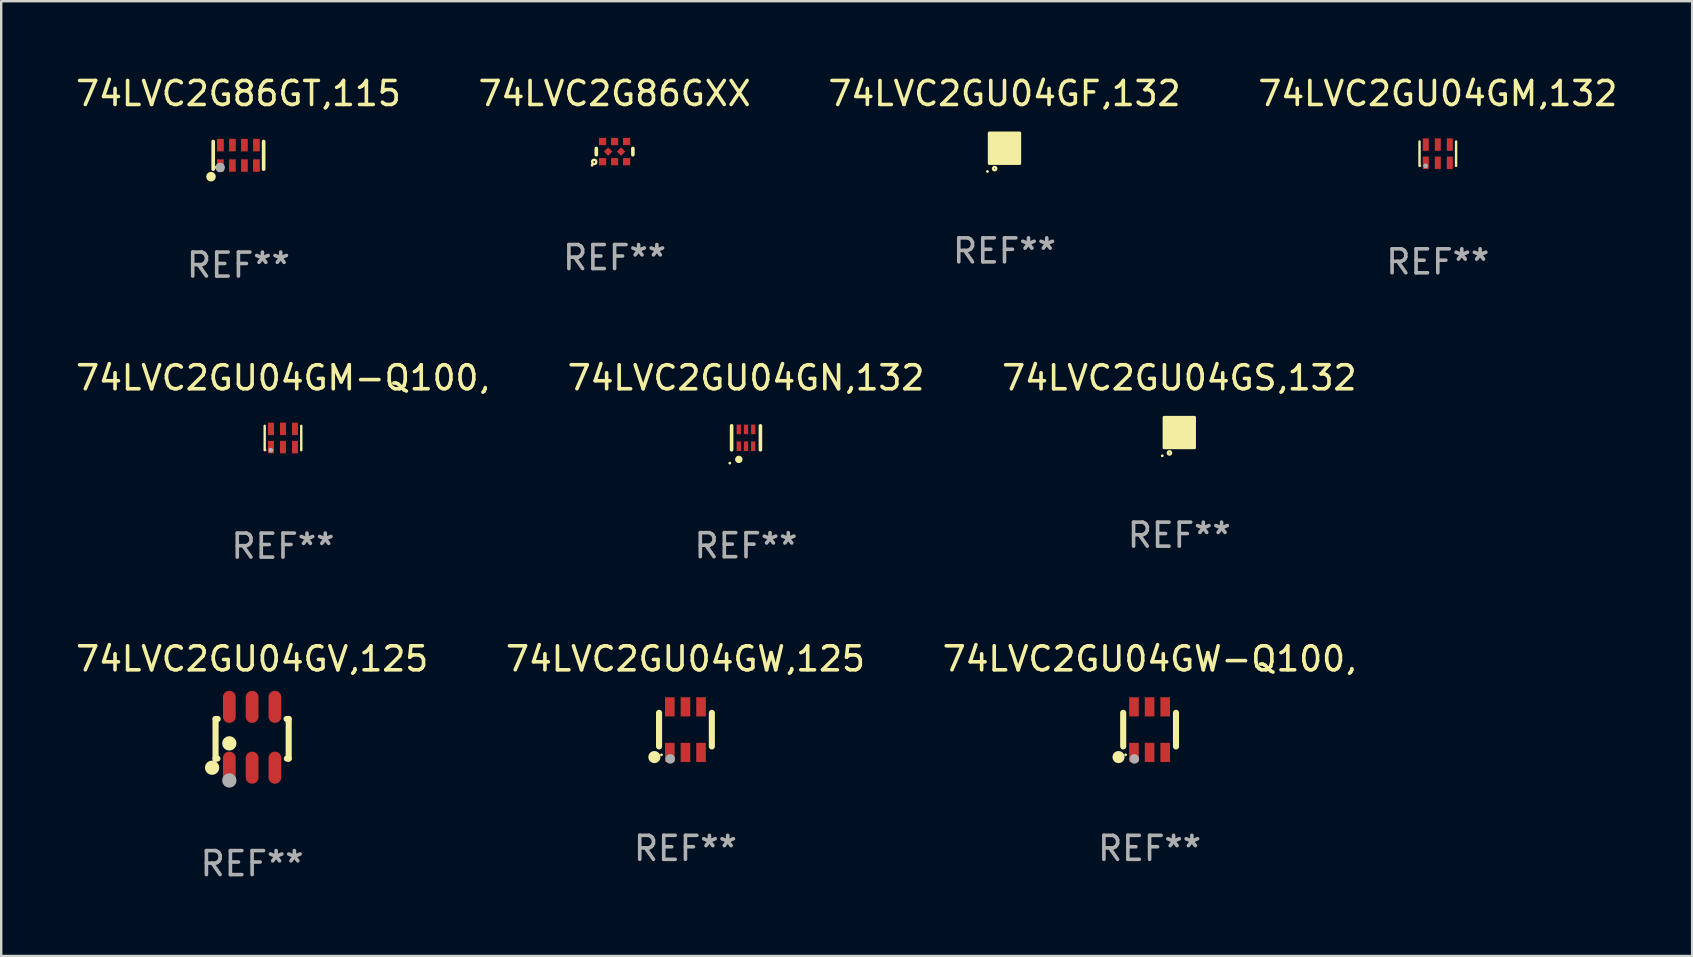
<source format=kicad_pcb>
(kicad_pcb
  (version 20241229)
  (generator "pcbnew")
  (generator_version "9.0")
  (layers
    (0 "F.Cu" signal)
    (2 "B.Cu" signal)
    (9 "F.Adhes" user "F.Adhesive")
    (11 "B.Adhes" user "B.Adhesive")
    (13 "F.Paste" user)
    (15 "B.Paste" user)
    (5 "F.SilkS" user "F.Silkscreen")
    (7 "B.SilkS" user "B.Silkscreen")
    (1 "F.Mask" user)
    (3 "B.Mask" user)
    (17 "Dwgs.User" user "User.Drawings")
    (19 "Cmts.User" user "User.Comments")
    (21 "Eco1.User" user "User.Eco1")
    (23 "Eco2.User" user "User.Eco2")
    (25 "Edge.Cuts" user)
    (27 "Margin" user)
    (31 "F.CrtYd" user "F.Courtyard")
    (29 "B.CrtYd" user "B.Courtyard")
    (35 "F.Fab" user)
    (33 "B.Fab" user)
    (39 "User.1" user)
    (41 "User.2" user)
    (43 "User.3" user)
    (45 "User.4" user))
  (footprint "74LVC2GU04GF,132"
    (layer "F.Cu")
    (at 38.815 3.128)
    (property "Reference" "74LVC2GU04GF,132" (at 0 -2.28 0) (layer "F.SilkS") (effects (font (size 1 1) (thickness 0.15))))
    (attr through_hole)
    (fp_circle (center -0.71 0.968) (end -0.68 0.968) (stroke (width 0.06) (type solid)) (fill no) (layer "F.SilkS"))
    (fp_circle (center -0.41 0.85) (end -0.342 0.85) (stroke (width 0.1) (type solid)) (fill no) (layer "F.SilkS"))
    (fp_poly (pts (xy -0.635 -0.635) (xy 0.635 -0.635) (xy 0.635 0.635) (xy -0.635 0.635)) (stroke (width 0.12) (type solid)) (fill yes) (layer "F.SilkS"))
    (fp_text user "REF**" (at 0 4.28 0) (layer "F.Fab") (effects (font (size 1 1) (thickness 0.15))))
    (pad "1" smd rect (at -0.35 0.28 90) (size 0.35 0.2) (layers "F.Cu" "F.Mask" "F.Paste"))
    (pad "2" smd rect (at 0 0.28 90) (size 0.35 0.2) (layers "F.Cu" "F.Mask" "F.Paste"))
    (pad "3" smd rect (at 0.35 0.28 90) (size 0.35 0.2) (layers "F.Cu" "F.Mask" "F.Paste"))
    (pad "4" smd rect (at 0.35 -0.28 90) (size 0.35 0.2) (layers "F.Cu" "F.Mask" "F.Paste"))
    (pad "5" smd rect (at 0 -0.28 90) (size 0.35 0.2) (layers "F.Cu" "F.Mask" "F.Paste"))
    (pad "6" smd rect (at -0.35 -0.28 90) (size 0.35 0.2) (layers "F.Cu" "F.Mask" "F.Paste")))
  (footprint "74LVC2GU04GM-Q100,"
    (layer "F.Cu")
    (at 8.744 15.205)
    (property "Reference" "74LVC2GU04GM-Q100," (at 0 -2.508 0) (layer "F.SilkS") (effects (font (size 1 1) (thickness 0.15))))
    (attr through_hole)
    (fp_line (start -0.762 -0.508) (end -0.762 0.508) (stroke (width 0.1) (type solid)) (layer "F.SilkS"))
    (fp_line (start 0.762 -0.508) (end 0.762 0.508) (stroke (width 0.1) (type solid)) (layer "F.SilkS"))
    (fp_circle (center -0.725 0.5) (end -0.705 0.5) (stroke (width 0.04) (type solid)) (fill no) (layer "F.SilkS"))
    (fp_circle (center -0.508 0.508) (end -0.458 0.508) (stroke (width 0.1) (type solid)) (fill no) (layer "F.Fab"))
    (fp_text user "REF**" (at 0 4.508 0) (layer "F.Fab") (effects (font (size 1 1) (thickness 0.15))))
    (pad "1" smd rect (at -0.5 0.38) (size 0.25 0.52) (layers "F.Cu" "F.Mask" "F.Paste"))
    (pad "2" smd rect (at -0.000127 0.38) (size 0.25 0.52) (layers "F.Cu" "F.Mask" "F.Paste"))
    (pad "3" smd rect (at 0.5 0.38) (size 0.25 0.52) (layers "F.Cu" "F.Mask" "F.Paste"))
    (pad "4" smd rect (at 0.5 -0.38 180) (size 0.25 0.52) (layers "F.Cu" "F.Mask" "F.Paste"))
    (pad "5" smd rect (at -0.000127 -0.38 180) (size 0.25 0.52) (layers "F.Cu" "F.Mask" "F.Paste"))
    (pad "6" smd rect (at -0.5 -0.38 180) (size 0.25 0.52) (layers "F.Cu" "F.Mask" "F.Paste")))
  (footprint "74LVC2GU04GV,125"
    (layer "F.Cu")
    (at 7.458 27.678)
    (property "Reference" "74LVC2GU04GV,125" (at 0 -3.268 0) (layer "F.SilkS") (effects (font (size 1 1) (thickness 0.15))))
    (attr through_hole)
    (fp_line (start -1.524 -0.762) (end -1.524 0.889) (stroke (width 0.254) (type solid)) (layer "F.SilkS"))
    (fp_line (start -1.524 0.889) (end -1.447 0.889) (stroke (width 0.254) (type solid)) (layer "F.SilkS"))
    (fp_line (start -1.436 -0.762) (end -1.524 -0.762) (stroke (width 0.254) (type solid)) (layer "F.SilkS"))
    (fp_line (start 1.447 0.889) (end 1.524 0.889) (stroke (width 0.254) (type solid)) (layer "F.SilkS"))
    (fp_line (start 1.524 -0.762) (end 1.436 -0.762) (stroke (width 0.254) (type solid)) (layer "F.SilkS"))
    (fp_line (start 1.524 0.889) (end 1.524 -0.762) (stroke (width 0.254) (type solid)) (layer "F.SilkS"))
    (fp_circle (center -1.668 1.268) (end -1.518 1.268) (stroke (width 0.3) (type solid)) (fill no) (layer "F.SilkS"))
    (fp_circle (center -1.5 1.375) (end -1.47 1.375) (stroke (width 0.06) (type solid)) (fill no) (layer "F.SilkS"))
    (fp_circle (center -0.95 0.254) (end -0.8 0.254) (stroke (width 0.3) (type solid)) (fill no) (layer "F.SilkS"))
    (fp_circle (center -0.95 1.8) (end -0.8 1.8) (stroke (width 0.3) (type solid)) (fill no) (layer "F.Fab"))
    (fp_text user "REF**" (at 0 5.268 0) (layer "F.Fab") (effects (font (size 1 1) (thickness 0.15))))
    (pad "1" smd oval (at -0.95 1.268) (size 0.532 1.336) (layers "F.Cu" "F.Mask" "F.Paste"))
    (pad "2" smd oval (at 0 1.268) (size 0.532 1.336) (layers "F.Cu" "F.Mask" "F.Paste"))
    (pad "3" smd oval (at 0.95 1.268) (size 0.532 1.336) (layers "F.Cu" "F.Mask" "F.Paste"))
    (pad "4" smd oval (at 0.95 -1.268) (size 0.532 1.336) (layers "F.Cu" "F.Mask" "F.Paste"))
    (pad "5" smd oval (at 0 -1.268) (size 0.532 1.336) (layers "F.Cu" "F.Mask" "F.Paste"))
    (pad "6" smd oval (at -0.95 -1.268) (size 0.532 1.336) (layers "F.Cu" "F.Mask" "F.Paste")))
  (footprint "74LVC2G86GXX"
    (layer "F.Cu")
    (at 22.565 3.268)
    (property "Reference" "74LVC2G86GXX" (at 0 -2.42 0) (layer "F.SilkS") (effects (font (size 1 1) (thickness 0.15))))
    (attr through_hole)
    (fp_line (start -0.762 -0.131) (end -0.762 0.131) (stroke (width 0.15) (type solid)) (layer "F.SilkS"))
    (fp_line (start 0.762 -0.131) (end 0.762 0.131) (stroke (width 0.15) (type solid)) (layer "F.SilkS"))
    (fp_circle (center -0.939 0.57) (end -0.909 0.57) (stroke (width 0.06) (type solid)) (fill no) (layer "F.SilkS"))
    (fp_circle (center -0.85 0.43) (end -0.811 0.43) (stroke (width 0.1) (type solid)) (fill no) (layer "F.SilkS"))
    (fp_text user "REF**" (at 0 4.42 0) (layer "F.Fab") (effects (font (size 1 1) (thickness 0.15))))
    (pad "1" smd rect (at -0.5 0.42) (size 0.3 0.3) (layers "F.Cu" "F.Mask" "F.Paste"))
    (pad "2" smd rect (at 0.000127 0.42) (size 0.3 0.3) (layers "F.Cu" "F.Mask" "F.Paste"))
    (pad "3" smd rect (at 0.5 0.42) (size 0.3 0.3) (layers "F.Cu" "F.Mask" "F.Paste"))
    (pad "4" smd rect (at 0.27 0 45) (size 0.25 0.25) (layers "F.Cu" "F.Mask" "F.Paste"))
    (pad "5" smd rect (at 0.5 -0.42) (size 0.3 0.3) (layers "F.Cu" "F.Mask" "F.Paste"))
    (pad "6" smd rect (at 0.000127 -0.42) (size 0.3 0.3) (layers "F.Cu" "F.Mask" "F.Paste"))
    (pad "7" smd rect (at -0.5 -0.42) (size 0.3 0.3) (layers "F.Cu" "F.Mask" "F.Paste"))
    (pad "8" smd rect (at -0.27 0 45) (size 0.25 0.25) (layers "F.Cu" "F.Mask" "F.Paste")))
  (footprint "74LVC2G86GT,115"
    (layer "F.Cu")
    (at 6.887 3.424)
    (property "Reference" "74LVC2G86GT,115" (at 0 -2.576 0) (layer "F.SilkS") (effects (font (size 1 1) (thickness 0.15))))
    (attr through_hole)
    (fp_line (start -1.051 0.576) (end -1.051 -0.576) (stroke (width 0.152) (type solid)) (layer "F.SilkS"))
    (fp_line (start 1.051 -0.576) (end 1.051 0.576) (stroke (width 0.152) (type solid)) (layer "F.SilkS"))
    (fp_circle (center -1.143 0.889) (end -1.043 0.889) (stroke (width 0.2) (type solid)) (fill no) (layer "F.SilkS"))
    (fp_circle (center -0.975 0.5) (end -0.945 0.5) (stroke (width 0.06) (type solid)) (fill no) (layer "F.SilkS"))
    (fp_circle (center -0.762 0.508) (end -0.662 0.508) (stroke (width 0.2) (type solid)) (fill no) (layer "F.Fab"))
    (fp_text user "REF**" (at 0 4.576 0) (layer "F.Fab") (effects (font (size 1 1) (thickness 0.15))))
    (pad "1" smd rect (at -0.75 0.425) (size 0.28 0.521) (layers "F.Cu" "F.Mask" "F.Paste"))
    (pad "2" smd rect (at -0.25 0.425) (size 0.28 0.521) (layers "F.Cu" "F.Mask" "F.Paste"))
    (pad "3" smd rect (at 0.25 0.425) (size 0.28 0.521) (layers "F.Cu" "F.Mask" "F.Paste"))
    (pad "4" smd rect (at 0.75 0.425) (size 0.28 0.521) (layers "F.Cu" "F.Mask" "F.Paste"))
    (pad "5" smd rect (at 0.75 -0.425) (size 0.28 0.521) (layers "F.Cu" "F.Mask" "F.Paste"))
    (pad "6" smd rect (at 0.25 -0.425) (size 0.28 0.521) (layers "F.Cu" "F.Mask" "F.Paste"))
    (pad "7" smd rect (at -0.25 -0.425) (size 0.28 0.521) (layers "F.Cu" "F.Mask" "F.Paste"))
    (pad "8" smd rect (at -0.75 -0.425) (size 0.28 0.521) (layers "F.Cu" "F.Mask" "F.Paste")))
  (footprint "74LVC2GU04GM,132"
    (layer "F.Cu")
    (at 56.875 3.356)
    (property "Reference" "74LVC2GU04GM,132" (at 0 -2.508 0) (layer "F.SilkS") (effects (font (size 1 1) (thickness 0.15))))
    (attr through_hole)
    (fp_line (start -0.762 -0.508) (end -0.762 0.508) (stroke (width 0.1) (type solid)) (layer "F.SilkS"))
    (fp_line (start 0.762 -0.508) (end 0.762 0.508) (stroke (width 0.1) (type solid)) (layer "F.SilkS"))
    (fp_circle (center -0.725 0.5) (end -0.705 0.5) (stroke (width 0.04) (type solid)) (fill no) (layer "F.SilkS"))
    (fp_circle (center -0.508 0.508) (end -0.458 0.508) (stroke (width 0.1) (type solid)) (fill no) (layer "F.Fab"))
    (fp_text user "REF**" (at 0 4.508 0) (layer "F.Fab") (effects (font (size 1 1) (thickness 0.15))))
    (pad "1" smd rect (at -0.5 0.38) (size 0.25 0.52) (layers "F.Cu" "F.Mask" "F.Paste"))
    (pad "2" smd rect (at -0.000127 0.38) (size 0.25 0.52) (layers "F.Cu" "F.Mask" "F.Paste"))
    (pad "3" smd rect (at 0.5 0.38) (size 0.25 0.52) (layers "F.Cu" "F.Mask" "F.Paste"))
    (pad "4" smd rect (at 0.5 -0.38 180) (size 0.25 0.52) (layers "F.Cu" "F.Mask" "F.Paste"))
    (pad "5" smd rect (at -0.000127 -0.38 180) (size 0.25 0.52) (layers "F.Cu" "F.Mask" "F.Paste"))
    (pad "6" smd rect (at -0.5 -0.38 180) (size 0.25 0.52) (layers "F.Cu" "F.Mask" "F.Paste")))
  (footprint "74LVC2GU04GW-Q100,"
    (layer "F.Cu")
    (at 44.863 27.36)
    (property "Reference" "74LVC2GU04GW-Q100," (at 0 -2.95 0) (layer "F.SilkS") (effects (font (size 1 1) (thickness 0.15))))
    (attr through_hole)
    (fp_line (start -1.1 -0.7) (end -1.1 0.7) (stroke (width 0.254) (type solid)) (layer "F.SilkS"))
    (fp_line (start 1.1 -0.7) (end 1.1 0.7) (stroke (width 0.254) (type solid)) (layer "F.SilkS"))
    (fp_circle (center -1.295 1.143) (end -1.168 1.143) (stroke (width 0.254) (type solid)) (fill no) (layer "F.SilkS"))
    (fp_circle (center -1 1.05) (end -0.97 1.05) (stroke (width 0.06) (type solid)) (fill no) (layer "F.SilkS"))
    (fp_circle (center -0.635 1.219) (end -0.535 1.219) (stroke (width 0.2) (type solid)) (fill no) (layer "F.Fab"))
    (fp_text user "REF**" (at 0 4.95 0) (layer "F.Fab") (effects (font (size 1 1) (thickness 0.15))))
    (pad "1" smd rect (at -0.65 0.95) (size 0.4 0.8) (layers "F.Cu" "F.Mask" "F.Paste"))
    (pad "2" smd rect (at 0 0.95) (size 0.4 0.8) (layers "F.Cu" "F.Mask" "F.Paste"))
    (pad "3" smd rect (at 0.65 0.95) (size 0.4 0.8) (layers "F.Cu" "F.Mask" "F.Paste"))
    (pad "4" smd rect (at 0.65 -0.95) (size 0.4 0.8) (layers "F.Cu" "F.Mask" "F.Paste"))
    (pad "5" smd rect (at 0 -0.95) (size 0.4 0.8) (layers "F.Cu" "F.Mask" "F.Paste"))
    (pad "6" smd rect (at -0.65 -0.95) (size 0.4 0.8) (layers "F.Cu" "F.Mask" "F.Paste")))
  (footprint "74LVC2GU04GS,132"
    (layer "F.Cu")
    (at 46.101 14.977)
    (property "Reference" "74LVC2GU04GS,132" (at 0 -2.28 0) (layer "F.SilkS") (effects (font (size 1 1) (thickness 0.15))))
    (attr through_hole)
    (fp_circle (center -0.71 0.968) (end -0.68 0.968) (stroke (width 0.06) (type solid)) (fill no) (layer "F.SilkS"))
    (fp_circle (center -0.41 0.85) (end -0.342 0.85) (stroke (width 0.1) (type solid)) (fill no) (layer "F.SilkS"))
    (fp_poly (pts (xy -0.635 -0.635) (xy 0.635 -0.635) (xy 0.635 0.635) (xy -0.635 0.635)) (stroke (width 0.12) (type solid)) (fill yes) (layer "F.SilkS"))
    (fp_text user "REF**" (at 0 4.28 0) (layer "F.Fab") (effects (font (size 1 1) (thickness 0.15))))
    (pad "1" smd rect (at -0.35 0.28 90) (size 0.35 0.2) (layers "F.Cu" "F.Mask" "F.Paste"))
    (pad "2" smd rect (at 0 0.28 90) (size 0.35 0.2) (layers "F.Cu" "F.Mask" "F.Paste"))
    (pad "3" smd rect (at 0.35 0.28 90) (size 0.35 0.2) (layers "F.Cu" "F.Mask" "F.Paste"))
    (pad "4" smd rect (at 0.35 -0.28 90) (size 0.35 0.2) (layers "F.Cu" "F.Mask" "F.Paste"))
    (pad "5" smd rect (at 0 -0.28 90) (size 0.35 0.2) (layers "F.Cu" "F.Mask" "F.Paste"))
    (pad "6" smd rect (at -0.35 -0.28 90) (size 0.35 0.2) (layers "F.Cu" "F.Mask" "F.Paste")))
  (footprint "74LVC2GU04GW,125"
    (layer "F.Cu")
    (at 25.518 27.36)
    (property "Reference" "74LVC2GU04GW,125" (at 0 -2.95 0) (layer "F.SilkS") (effects (font (size 1 1) (thickness 0.15))))
    (attr through_hole)
    (fp_line (start -1.1 -0.7) (end -1.1 0.7) (stroke (width 0.254) (type solid)) (layer "F.SilkS"))
    (fp_line (start 1.1 -0.7) (end 1.1 0.7) (stroke (width 0.254) (type solid)) (layer "F.SilkS"))
    (fp_circle (center -1.295 1.143) (end -1.168 1.143) (stroke (width 0.254) (type solid)) (fill no) (layer "F.SilkS"))
    (fp_circle (center -1 1.05) (end -0.97 1.05) (stroke (width 0.06) (type solid)) (fill no) (layer "F.SilkS"))
    (fp_circle (center -0.635 1.219) (end -0.535 1.219) (stroke (width 0.2) (type solid)) (fill no) (layer "F.Fab"))
    (fp_text user "REF**" (at 0 4.95 0) (layer "F.Fab") (effects (font (size 1 1) (thickness 0.15))))
    (pad "1" smd rect (at -0.65 0.95) (size 0.4 0.8) (layers "F.Cu" "F.Mask" "F.Paste"))
    (pad "2" smd rect (at 0 0.95) (size 0.4 0.8) (layers "F.Cu" "F.Mask" "F.Paste"))
    (pad "3" smd rect (at 0.65 0.95) (size 0.4 0.8) (layers "F.Cu" "F.Mask" "F.Paste"))
    (pad "4" smd rect (at 0.65 -0.95) (size 0.4 0.8) (layers "F.Cu" "F.Mask" "F.Paste"))
    (pad "5" smd rect (at 0 -0.95) (size 0.4 0.8) (layers "F.Cu" "F.Mask" "F.Paste"))
    (pad "6" smd rect (at -0.65 -0.95) (size 0.4 0.8) (layers "F.Cu" "F.Mask" "F.Paste")))
  (footprint "74LVC2GU04GN,132"
    (layer "F.Cu")
    (at 28.042 15.197)
    (property "Reference" "74LVC2GU04GN,132" (at 0 -2.5 0) (layer "F.SilkS") (effects (font (size 1 1) (thickness 0.15))))
    (attr through_hole)
    (fp_line (start -0.6 -0.5) (end -0.6 0.5) (stroke (width 0.15) (type solid)) (layer "F.SilkS"))
    (fp_line (start 0.6 0.5) (end 0.6 -0.5) (stroke (width 0.15) (type solid)) (layer "F.SilkS"))
    (fp_circle (center -0.675 1.055) (end -0.645 1.055) (stroke (width 0.06) (type solid)) (fill no) (layer "F.SilkS"))
    (fp_circle (center -0.3 0.9) (end -0.22 0.9) (stroke (width 0.15) (type solid)) (fill no) (layer "F.SilkS"))
    (fp_text user "REF**" (at 0 4.5 0) (layer "F.Fab") (effects (font (size 1 1) (thickness 0.15))))
    (pad "1" smd rect (at -0.3 0.35) (size 0.18 0.4) (layers "F.Cu" "F.Mask" "F.Paste"))
    (pad "2" smd rect (at 0.000025 0.35) (size 0.18 0.4) (layers "F.Cu" "F.Mask" "F.Paste"))
    (pad "3" smd rect (at 0.3 0.35) (size 0.18 0.4) (layers "F.Cu" "F.Mask" "F.Paste"))
    (pad "4" smd rect (at 0.3 -0.35) (size 0.18 0.4) (layers "F.Cu" "F.Mask" "F.Paste"))
    (pad "5" smd rect (at 0.000025 -0.35) (size 0.18 0.4) (layers "F.Cu" "F.Mask" "F.Paste"))
    (pad "6" smd rect (at -0.3 -0.35) (size 0.18 0.4) (layers "F.Cu" "F.Mask" "F.Paste")))
  (gr_rect
    (start -3 -3)
    (end 67.476 36.794)
    (stroke (width 0.1) (type default))
    (fill no)
    (layer "Edge.Cuts")))
</source>
